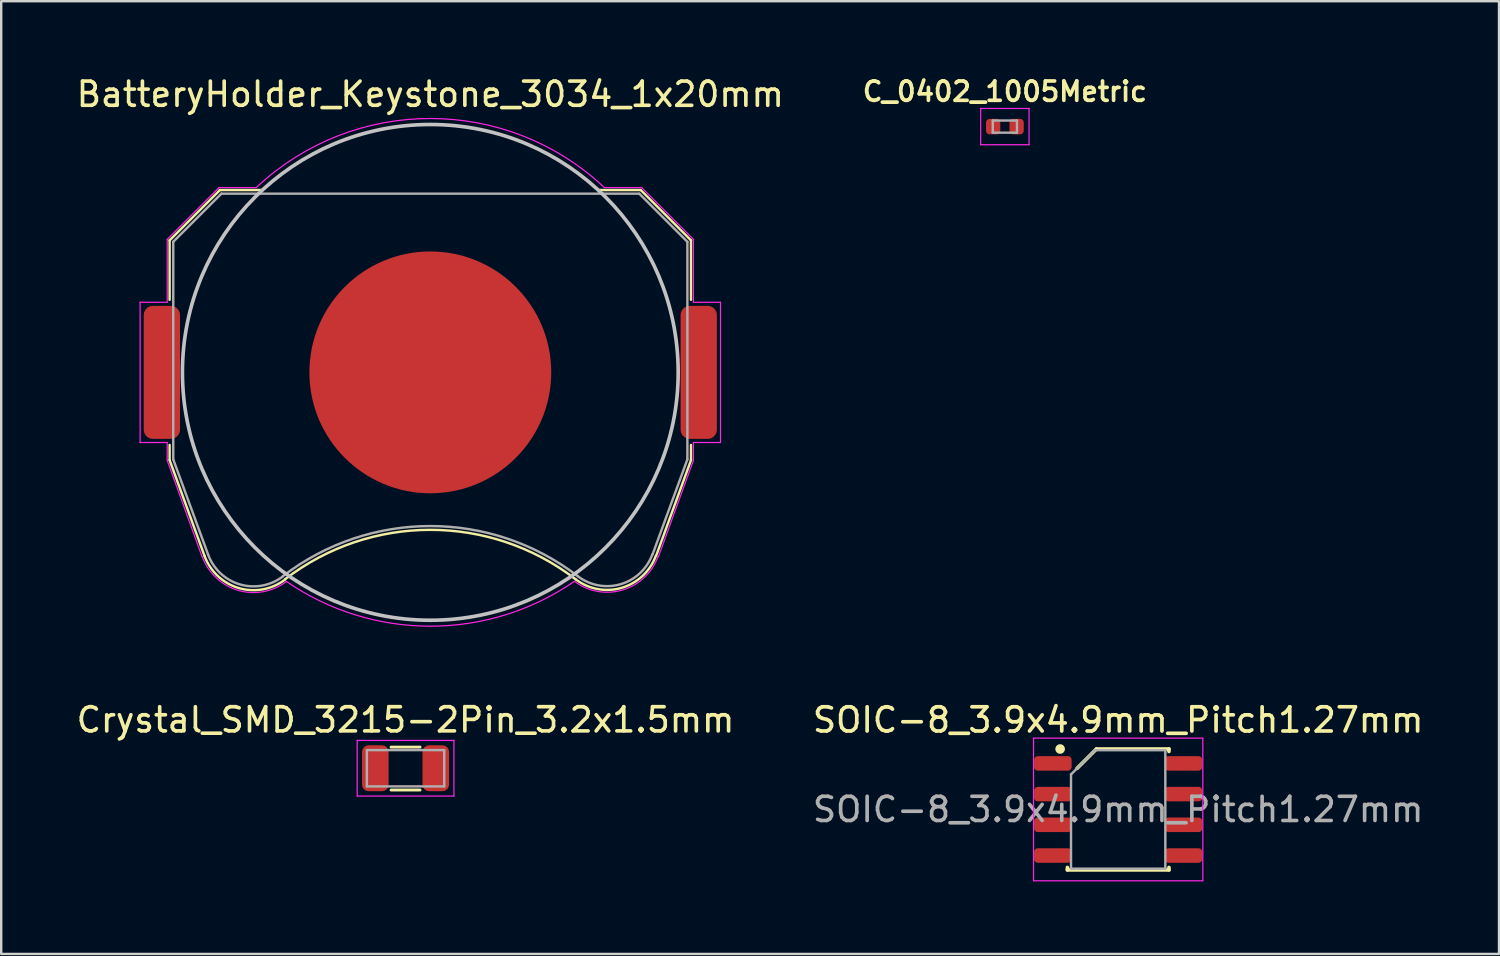
<source format=kicad_pcb>
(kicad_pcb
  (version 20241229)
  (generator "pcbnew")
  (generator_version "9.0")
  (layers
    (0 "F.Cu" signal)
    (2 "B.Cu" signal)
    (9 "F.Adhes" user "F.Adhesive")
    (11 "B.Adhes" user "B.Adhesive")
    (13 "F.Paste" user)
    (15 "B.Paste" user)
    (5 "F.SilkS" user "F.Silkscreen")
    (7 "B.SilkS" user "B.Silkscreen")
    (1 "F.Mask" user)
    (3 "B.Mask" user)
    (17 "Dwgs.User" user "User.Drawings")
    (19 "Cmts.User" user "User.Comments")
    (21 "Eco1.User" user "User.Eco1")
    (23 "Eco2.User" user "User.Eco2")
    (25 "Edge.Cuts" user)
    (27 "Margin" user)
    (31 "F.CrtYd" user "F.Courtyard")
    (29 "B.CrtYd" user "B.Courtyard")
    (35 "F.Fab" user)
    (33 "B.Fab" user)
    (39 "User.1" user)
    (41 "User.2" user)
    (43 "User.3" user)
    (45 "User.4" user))
  (footprint "C_0402_1005Metric"
    (layer "F.Cu")
    (at 38.503 2.185)
    (property "Reference" "C_0402_1005Metric" (at 0 -1.45 0) (layer "F.SilkS") (effects (font (size 0.8 0.8) (thickness 0.152))))
    (attr smd)
    (fp_line (start -1 -0.75) (end 1 -0.75) (stroke (width 0.05) (type solid)) (layer "F.CrtYd"))
    (fp_line (start -1 0.75) (end -1 -0.75) (stroke (width 0.05) (type solid)) (layer "F.CrtYd"))
    (fp_line (start 1 -0.75) (end 1 0.75) (stroke (width 0.05) (type solid)) (layer "F.CrtYd"))
    (fp_line (start 1 0.75) (end -1 0.75) (stroke (width 0.05) (type solid)) (layer "F.CrtYd"))
    (fp_line (start -0.5 -0.25) (end 0.5 -0.25) (stroke (width 0.1) (type solid)) (layer "F.Fab"))
    (fp_line (start -0.5 0.25) (end -0.5 -0.25) (stroke (width 0.1) (type solid)) (layer "F.Fab"))
    (fp_line (start 0.5 -0.25) (end 0.5 0.25) (stroke (width 0.1) (type solid)) (layer "F.Fab"))
    (fp_line (start 0.5 0.25) (end -0.5 0.25) (stroke (width 0.1) (type solid)) (layer "F.Fab"))
    (pad "1" smd roundrect (at -0.485 0) (size 0.59 0.64) (layers "F.Cu" "F.Mask" "F.Paste") (roundrect_rratio 0.25))
    (pad "2" smd roundrect (at 0.485 0) (size 0.59 0.64) (layers "F.Cu" "F.Mask" "F.Paste") (roundrect_rratio 0.25)))
  (footprint "SOIC-8_3.9x4.9mm_Pitch1.27mm"
    (layer "F.Cu")
    (at 43.188 30.422)
    (property "Reference" "SOIC-8_3.9x4.9mm_Pitch1.27mm" (at 0 -3.7 0) (layer "F.SilkS") (effects (font (size 1 1) (thickness 0.152))))
    (attr smd)
    (fp_line (start -2.1 2.5) (end -2.1 2.4) (stroke (width 0.15) (type solid)) (layer "F.SilkS"))
    (fp_line (start -2.1 2.5) (end 2.1 2.5) (stroke (width 0.15) (type solid)) (layer "F.SilkS"))
    (fp_line (start -0.9 -2.5) (end -1.7 -1.7) (stroke (width 0.15) (type solid)) (layer "F.SilkS"))
    (fp_line (start -0.9 -2.5) (end 2.1 -2.5) (stroke (width 0.15) (type solid)) (layer "F.SilkS"))
    (fp_line (start 2.1 -2.5) (end 2.1 -2.4) (stroke (width 0.15) (type solid)) (layer "F.SilkS"))
    (fp_line (start 2.1 2.5) (end 2.1 2.4) (stroke (width 0.15) (type solid)) (layer "F.SilkS"))
    (fp_circle (center -2.4 -2.5) (end -2.3 -2.5) (stroke (width 0.2) (type solid)) (fill no) (layer "F.SilkS"))
    (fp_line (start -3.5 -2.95) (end -3.5 2.95) (stroke (width 0.05) (type solid)) (layer "F.CrtYd"))
    (fp_line (start -3.5 -2.95) (end 3.5 -2.95) (stroke (width 0.05) (type solid)) (layer "F.CrtYd"))
    (fp_line (start -3.5 2.95) (end 3.5 2.95) (stroke (width 0.05) (type solid)) (layer "F.CrtYd"))
    (fp_line (start 3.5 -2.95) (end 3.5 2.95) (stroke (width 0.05) (type solid)) (layer "F.CrtYd"))
    (fp_line (start -1.95 -1.45) (end -0.95 -2.45) (stroke (width 0.1) (type solid)) (layer "F.Fab"))
    (fp_line (start -1.95 2.45) (end -1.95 -1.45) (stroke (width 0.1) (type solid)) (layer "F.Fab"))
    (fp_line (start -0.95 -2.45) (end 1.95 -2.45) (stroke (width 0.1) (type solid)) (layer "F.Fab"))
    (fp_line (start 1.95 -2.45) (end 1.95 2.45) (stroke (width 0.1) (type solid)) (layer "F.Fab"))
    (fp_line (start 1.95 2.45) (end -1.95 2.45) (stroke (width 0.1) (type solid)) (layer "F.Fab"))
    (fp_text user "${REFERENCE}" (at 0 0 0) (layer "F.Fab") (effects (font (size 1 1) (thickness 0.15))))
    (pad "1" smd roundrect (at -2.7 -1.905) (size 1.55 0.6) (layers "F.Cu" "F.Mask" "F.Paste") (roundrect_rratio 0.25))
    (pad "2" smd roundrect (at -2.7 -0.635) (size 1.55 0.6) (layers "F.Cu" "F.Mask" "F.Paste") (roundrect_rratio 0.25))
    (pad "3" smd roundrect (at -2.7 0.635) (size 1.55 0.6) (layers "F.Cu" "F.Mask" "F.Paste") (roundrect_rratio 0.25))
    (pad "4" smd roundrect (at -2.7 1.905) (size 1.55 0.6) (layers "F.Cu" "F.Mask" "F.Paste") (roundrect_rratio 0.25))
    (pad "5" smd roundrect (at 2.7 1.905) (size 1.55 0.6) (layers "F.Cu" "F.Mask" "F.Paste") (roundrect_rratio 0.25))
    (pad "6" smd roundrect (at 2.7 0.635) (size 1.55 0.6) (layers "F.Cu" "F.Mask" "F.Paste") (roundrect_rratio 0.25))
    (pad "7" smd roundrect (at 2.7 -0.635) (size 1.55 0.6) (layers "F.Cu" "F.Mask" "F.Paste") (roundrect_rratio 0.25))
    (pad "8" smd roundrect (at 2.7 -1.905) (size 1.55 0.6) (layers "F.Cu" "F.Mask" "F.Paste") (roundrect_rratio 0.25)))
  (footprint "Crystal_SMD_3215-2Pin_3.2x1.5mm"
    (layer "F.Cu")
    (at 13.72 28.718)
    (property "Reference" "Crystal_SMD_3215-2Pin_3.2x1.5mm" (at 0 -2 0) (layer "F.SilkS") (effects (font (size 1 1) (thickness 0.15))))
    (attr smd)
    (fp_line (start -0.6 -0.875) (end 0.6 -0.875) (stroke (width 0.12) (type solid)) (layer "F.SilkS"))
    (fp_line (start -0.6 0.9) (end 0.6 0.9) (stroke (width 0.12) (type solid)) (layer "F.SilkS"))
    (fp_line (start -2 -1.15) (end -2 1.15) (stroke (width 0.05) (type solid)) (layer "F.CrtYd"))
    (fp_line (start -2 -1.15) (end 2 -1.15) (stroke (width 0.05) (type solid)) (layer "F.CrtYd"))
    (fp_line (start -2 1.15) (end 2 1.15) (stroke (width 0.05) (type solid)) (layer "F.CrtYd"))
    (fp_line (start 2 -1.15) (end 2 1.15) (stroke (width 0.05) (type solid)) (layer "F.CrtYd"))
    (fp_line (start -1.6 -0.75) (end -1.6 0.75) (stroke (width 0.1) (type solid)) (layer "F.Fab"))
    (fp_line (start -1.6 -0.75) (end 1.6 -0.75) (stroke (width 0.1) (type solid)) (layer "F.Fab"))
    (fp_line (start -1.6 0.75) (end 1.6 0.75) (stroke (width 0.1) (type solid)) (layer "F.Fab"))
    (fp_line (start 1.6 -0.75) (end 1.6 0.75) (stroke (width 0.1) (type solid)) (layer "F.Fab"))
    (pad "1" smd roundrect (at 1.25 0) (size 1.1 1.9) (layers "F.Cu" "F.Mask" "F.Paste") (roundrect_rratio 0.25))
    (pad "2" smd roundrect (at -1.25 0) (size 1.1 1.9) (layers "F.Cu" "F.Mask" "F.Paste") (roundrect_rratio 0.25)))
  (footprint "BatteryHolder_Keystone_3034_1x20mm"
    (layer "F.Cu")
    (at 14.744 12.348)
    (property "Reference" "BatteryHolder_Keystone_3034_1x20mm" (at 0 -11.5 0) (layer "F.SilkS") (effects (font (size 1 1) (thickness 0.15))))
    (attr smd)
    (fp_line (start -10.78 -5.46) (end -10.78 -3) (stroke (width 0.1) (type solid)) (layer "F.SilkS"))
    (fp_line (start -10.78 3) (end -10.78 3.63) (stroke (width 0.1) (type solid)) (layer "F.SilkS"))
    (fp_line (start -10.78 3.63) (end -9.34 7.58) (stroke (width 0.1) (type solid)) (layer "F.SilkS"))
    (fp_line (start -8.7 -7.54) (end -10.78 -5.46) (stroke (width 0.1) (type solid)) (layer "F.SilkS"))
    (fp_line (start -7 -7.54) (end -8.7 -7.54) (stroke (width 0.1) (type solid)) (layer "F.SilkS"))
    (fp_line (start 8.7 -7.54) (end 7 -7.54) (stroke (width 0.1) (type solid)) (layer "F.SilkS"))
    (fp_line (start 8.7 -7.54) (end 10.78 -5.46) (stroke (width 0.1) (type solid)) (layer "F.SilkS"))
    (fp_line (start 10.78 -5.46) (end 10.78 -3) (stroke (width 0.1) (type solid)) (layer "F.SilkS"))
    (fp_line (start 10.78 3) (end 10.78 3.63) (stroke (width 0.1) (type solid)) (layer "F.SilkS"))
    (fp_line (start 10.78 3.63) (end 9.34 7.58) (stroke (width 0.1) (type solid)) (layer "F.SilkS"))
    (fp_arc (start -6.0046 8.553536) (mid -0.002901 6.511341) (end 6 8.55) (stroke (width 0.1) (type solid)) (layer "F.SilkS"))
    (fp_arc (start -6.003354 8.56653) (mid -7.921654 8.918738) (end -9.34 7.58) (stroke (width 0.1) (type solid)) (layer "F.SilkS"))
    (fp_arc (start 9.325243 7.588169) (mid 7.90634 8.911668) (end 6 8.55) (stroke (width 0.1) (type solid)) (layer "F.SilkS"))
    (fp_circle (center 0 0) (end 0 10.25) (stroke (width 0.15) (type solid)) (fill no) (layer "Dwgs.User"))
    (fp_line (start -12 -2.9) (end -12 2.9) (stroke (width 0.05) (type solid)) (layer "F.CrtYd"))
    (fp_line (start -12 2.9) (end -10.88 2.9) (stroke (width 0.05) (type solid)) (layer "F.CrtYd"))
    (fp_line (start -10.88 -5.5) (end -10.88 -2.9) (stroke (width 0.05) (type solid)) (layer "F.CrtYd"))
    (fp_line (start -10.88 -2.9) (end -12 -2.9) (stroke (width 0.05) (type solid)) (layer "F.CrtYd"))
    (fp_line (start -10.88 2.9) (end -10.88 3.64) (stroke (width 0.05) (type solid)) (layer "F.CrtYd"))
    (fp_line (start -10.88 3.64) (end -9.44 7.62) (stroke (width 0.05) (type solid)) (layer "F.CrtYd"))
    (fp_line (start -8.74 -7.64) (end -10.88 -5.5) (stroke (width 0.05) (type solid)) (layer "F.CrtYd"))
    (fp_line (start -7.2 -7.64) (end -8.74 -7.64) (stroke (width 0.05) (type solid)) (layer "F.CrtYd"))
    (fp_line (start 8.74 -7.64) (end 7.2 -7.64) (stroke (width 0.05) (type solid)) (layer "F.CrtYd"))
    (fp_line (start 9.43 7.63) (end 10.88 3.64) (stroke (width 0.05) (type solid)) (layer "F.CrtYd"))
    (fp_line (start 10.88 -5.5) (end 8.74 -7.64) (stroke (width 0.05) (type solid)) (layer "F.CrtYd"))
    (fp_line (start 10.88 -2.9) (end 10.88 -5.5) (stroke (width 0.05) (type solid)) (layer "F.CrtYd"))
    (fp_line (start 10.88 2.9) (end 12 2.9) (stroke (width 0.05) (type solid)) (layer "F.CrtYd"))
    (fp_line (start 10.88 3.64) (end 10.88 2.9) (stroke (width 0.05) (type solid)) (layer "F.CrtYd"))
    (fp_line (start 12 -2.9) (end 10.88 -2.9) (stroke (width 0.05) (type solid)) (layer "F.CrtYd"))
    (fp_line (start 12 2.9) (end 12 -2.9) (stroke (width 0.05) (type solid)) (layer "F.CrtYd"))
    (fp_arc (start -7.199546 -7.640427) (mid 0.000312 -10.498075) (end 7.2 -7.64) (stroke (width 0.05) (type solid)) (layer "F.CrtYd"))
    (fp_arc (start -5.956965 8.654604) (mid -7.953941 9.011629) (end -9.43 7.62) (stroke (width 0.05) (type solid)) (layer "F.CrtYd"))
    (fp_arc (start 5.945368 8.650075) (mid -0.008883 10.496243) (end -5.96 8.64) (stroke (width 0.05) (type solid)) (layer "F.CrtYd"))
    (fp_arc (start 9.415144 7.621341) (mid 7.944017 9.000493) (end 5.96 8.64) (stroke (width 0.05) (type solid)) (layer "F.CrtYd"))
    (fp_line (start -10.63 -5.4) (end -8.64 -7.39) (stroke (width 0.1) (type solid)) (layer "F.Fab"))
    (fp_line (start -10.63 3.6) (end -10.63 -5.4) (stroke (width 0.1) (type solid)) (layer "F.Fab"))
    (fp_line (start -9.19 7.53) (end -10.63 3.6) (stroke (width 0.1) (type solid)) (layer "F.Fab"))
    (fp_line (start -8.64 -7.39) (end 8.64 -7.39) (stroke (width 0.1) (type solid)) (layer "F.Fab"))
    (fp_line (start 8.64 -7.39) (end 10.63 -5.4) (stroke (width 0.1) (type solid)) (layer "F.Fab"))
    (fp_line (start 10.63 -5.4) (end 10.63 3.6) (stroke (width 0.1) (type solid)) (layer "F.Fab"))
    (fp_line (start 10.63 3.6) (end 9.19 7.53) (stroke (width 0.1) (type solid)) (layer "F.Fab"))
    (fp_arc (start -6.096146 8.438508) (mid -7.87328 8.768206) (end -9.19 7.53) (stroke (width 0.1) (type solid)) (layer "F.Fab"))
    (fp_arc (start -6.094852 8.426043) (mid 0.003247 6.355257) (end 6.1 8.43) (stroke (width 0.1) (type solid)) (layer "F.Fab"))
    (fp_arc (start 9.180727 7.528882) (mid 7.868698 8.760067) (end 6.1 8.43) (stroke (width 0.1) (type solid)) (layer "F.Fab"))
    (pad "1" smd roundrect (at -11.1 0) (size 1.5 5.5) (layers "F.Cu" "F.Mask" "F.Paste") (roundrect_rratio 0.25))
    (pad "1" smd roundrect (at 11.1 0) (size 1.5 5.5) (layers "F.Cu" "F.Mask" "F.Paste") (roundrect_rratio 0.25))
    (pad "2" smd circle (at 0 0) (size 10 10) (layers "F.Cu" "F.Mask")))
  (gr_rect
    (start -3 -3)
    (end 58.936 36.397)
    (stroke (width 0.1) (type default))
    (fill no)
    (layer "Edge.Cuts")))
</source>
